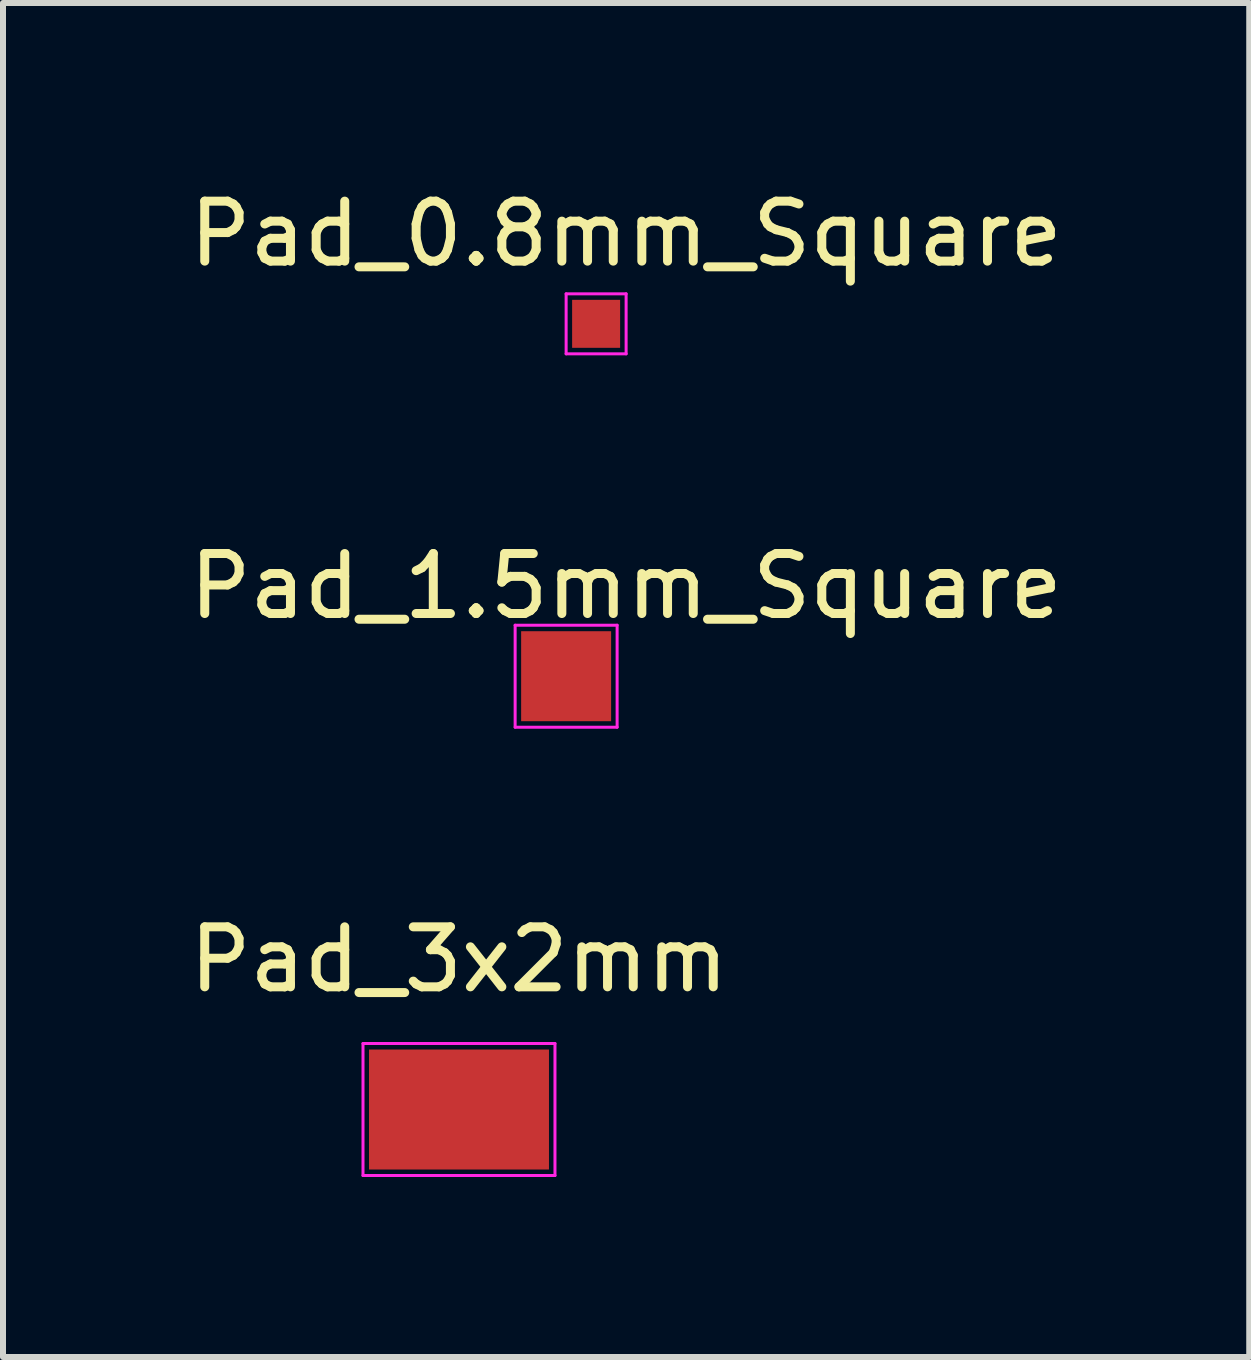
<source format=kicad_pcb>
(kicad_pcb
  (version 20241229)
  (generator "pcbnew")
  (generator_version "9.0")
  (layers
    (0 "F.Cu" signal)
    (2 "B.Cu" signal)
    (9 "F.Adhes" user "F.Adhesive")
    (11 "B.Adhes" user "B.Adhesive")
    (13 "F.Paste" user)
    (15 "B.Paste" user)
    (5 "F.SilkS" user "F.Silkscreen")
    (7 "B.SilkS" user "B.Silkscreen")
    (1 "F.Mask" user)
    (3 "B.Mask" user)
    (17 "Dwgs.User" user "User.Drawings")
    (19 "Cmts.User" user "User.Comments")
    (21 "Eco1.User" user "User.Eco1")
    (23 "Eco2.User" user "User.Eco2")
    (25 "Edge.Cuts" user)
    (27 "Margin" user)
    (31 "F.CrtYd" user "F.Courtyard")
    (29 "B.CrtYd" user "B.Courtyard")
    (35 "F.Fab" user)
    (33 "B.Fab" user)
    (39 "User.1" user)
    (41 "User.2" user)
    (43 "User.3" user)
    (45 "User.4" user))
  (footprint "Pad_1.5mm_Square"
    (layer "F.Cu")
    (at 6.387 8.222)
    (property "Reference" "Pad_1.5mm_Square" (at 1 -1.5 0) (layer "F.SilkS") (effects (font (size 1 1) (thickness 0.15))))
    (attr smd)
    (fp_line (start -0.85 -0.85) (end 0.85 -0.85) (stroke (width 0.05) (type solid)) (layer "F.CrtYd"))
    (fp_line (start -0.85 0.85) (end -0.85 -0.85) (stroke (width 0.05) (type solid)) (layer "F.CrtYd"))
    (fp_line (start 0.85 -0.85) (end 0.85 0.85) (stroke (width 0.05) (type solid)) (layer "F.CrtYd"))
    (fp_line (start 0.85 0.85) (end -0.85 0.85) (stroke (width 0.05) (type solid)) (layer "F.CrtYd"))
    (pad "1" smd rect (at 0 0) (size 1.5 1.5) (layers "F.Cu" "F.Mask" "F.Paste")))
  (footprint "Pad_3x2mm"
    (layer "F.Cu")
    (at 4.601 15.445)
    (property "Reference" "Pad_3x2mm" (at 0 -2.5 0) (layer "F.SilkS") (effects (font (size 1 1) (thickness 0.15))))
    (attr smd)
    (fp_line (start -1.6 -1.1) (end 1.6 -1.1) (stroke (width 0.05) (type solid)) (layer "F.CrtYd"))
    (fp_line (start -1.6 1.1) (end -1.6 -1.1) (stroke (width 0.05) (type solid)) (layer "F.CrtYd"))
    (fp_line (start 1.6 -1.1) (end 1.6 1.1) (stroke (width 0.05) (type solid)) (layer "F.CrtYd"))
    (fp_line (start 1.6 1.1) (end -1.6 1.1) (stroke (width 0.05) (type solid)) (layer "F.CrtYd"))
    (pad "1" smd rect (at 0 0) (size 3 2) (layers "F.Cu" "F.Mask" "F.Paste")))
  (footprint "Pad_0.8mm_Square"
    (layer "F.Cu")
    (at 6.887 2.348)
    (property "Reference" "Pad_0.8mm_Square" (at 0.5 -1.5 0) (layer "F.SilkS") (effects (font (size 1 1) (thickness 0.15))))
    (attr smd)
    (fp_line (start -0.5 -0.5) (end 0.5 -0.5) (stroke (width 0.05) (type solid)) (layer "F.CrtYd"))
    (fp_line (start -0.5 0.5) (end -0.5 -0.5) (stroke (width 0.05) (type solid)) (layer "F.CrtYd"))
    (fp_line (start 0.5 -0.5) (end 0.5 0.5) (stroke (width 0.05) (type solid)) (layer "F.CrtYd"))
    (fp_line (start 0.5 0.5) (end -0.5 0.5) (stroke (width 0.05) (type solid)) (layer "F.CrtYd"))
    (pad "1" smd rect (at 0 0) (size 0.8 0.8) (layers "F.Cu" "F.Mask" "F.Paste")))
  (gr_rect
    (start -3 -3)
    (end 17.774 19.57)
    (stroke (width 0.1) (type default))
    (fill no)
    (layer "Edge.Cuts")))
</source>
